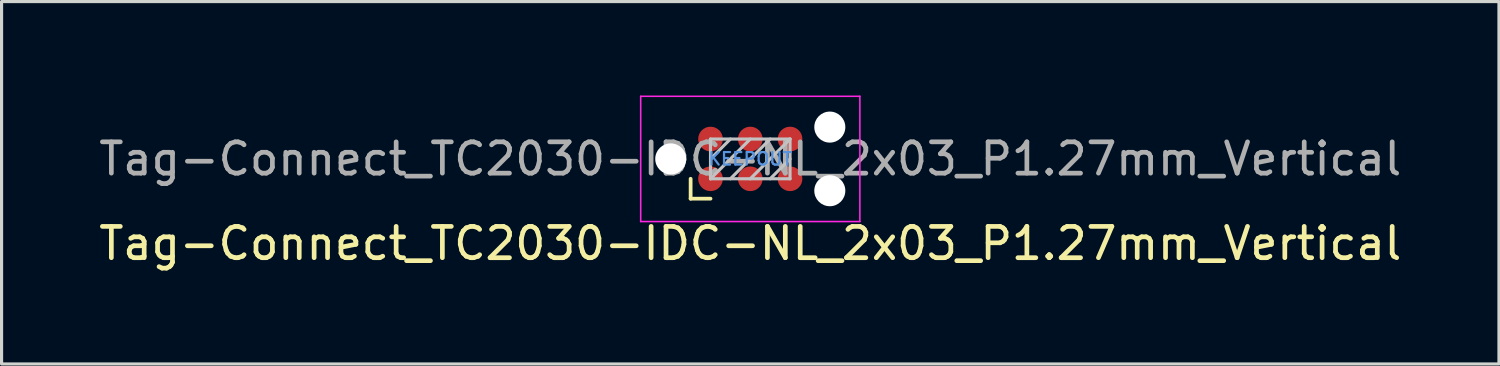
<source format=kicad_pcb>
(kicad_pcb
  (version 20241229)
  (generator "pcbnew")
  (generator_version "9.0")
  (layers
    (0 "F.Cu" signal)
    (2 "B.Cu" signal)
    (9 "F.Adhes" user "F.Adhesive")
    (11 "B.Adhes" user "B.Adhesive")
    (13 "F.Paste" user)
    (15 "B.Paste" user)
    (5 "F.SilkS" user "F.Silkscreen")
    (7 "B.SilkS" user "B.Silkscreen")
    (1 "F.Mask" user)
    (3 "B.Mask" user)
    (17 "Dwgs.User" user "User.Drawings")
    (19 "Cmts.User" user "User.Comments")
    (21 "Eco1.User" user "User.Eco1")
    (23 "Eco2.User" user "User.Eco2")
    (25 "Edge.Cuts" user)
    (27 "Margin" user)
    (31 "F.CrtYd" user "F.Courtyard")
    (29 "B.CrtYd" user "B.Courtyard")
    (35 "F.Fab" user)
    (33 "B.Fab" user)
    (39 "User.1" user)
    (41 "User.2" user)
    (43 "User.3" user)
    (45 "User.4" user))
  (footprint "Tag-Connect_TC2030-IDC-NL_2x03_P1.27mm_Vertical"
    (layer "F.Cu")
    (at 20.911 2.025)
    (property "Reference" "Tag-Connect_TC2030-IDC-NL_2x03_P1.27mm_Vertical" (at 0 2.7 0) (layer "F.SilkS") (effects (font (size 1 1) (thickness 0.15))))
    (attr exclude_from_pos_files exclude_from_bom)
    (fp_line (start -1.905 1.27) (end -1.905 0.635) (stroke (width 0.12) (type solid)) (layer "F.SilkS"))
    (fp_line (start -1.27 1.27) (end -1.905 1.27) (stroke (width 0.12) (type solid)) (layer "F.SilkS"))
    (fp_line (start -1.27 -0.635) (end 1.27 -0.635) (stroke (width 0.1) (type solid)) (layer "Dwgs.User"))
    (fp_line (start -1.27 0) (end -0.635 -0.635) (stroke (width 0.1) (type solid)) (layer "Dwgs.User"))
    (fp_line (start -1.27 0.635) (end -1.27 -0.635) (stroke (width 0.1) (type solid)) (layer "Dwgs.User"))
    (fp_line (start -1.27 0.635) (end 0 -0.635) (stroke (width 0.1) (type solid)) (layer "Dwgs.User"))
    (fp_line (start -0.635 0.635) (end 0.635 -0.635) (stroke (width 0.1) (type solid)) (layer "Dwgs.User"))
    (fp_line (start 0 0.635) (end 1.27 -0.635) (stroke (width 0.1) (type solid)) (layer "Dwgs.User"))
    (fp_line (start 0.635 0.635) (end 1.27 0) (stroke (width 0.1) (type solid)) (layer "Dwgs.User"))
    (fp_line (start 1.27 -0.635) (end 1.27 0.635) (stroke (width 0.1) (type solid)) (layer "Dwgs.User"))
    (fp_line (start 1.27 0.635) (end -1.27 0.635) (stroke (width 0.1) (type solid)) (layer "Dwgs.User"))
    (fp_line (start -3.5 -2) (end 3.5 -2) (stroke (width 0.05) (type solid)) (layer "F.CrtYd"))
    (fp_line (start -3.5 2) (end -3.5 -2) (stroke (width 0.05) (type solid)) (layer "F.CrtYd"))
    (fp_line (start 3.5 -2) (end 3.5 2) (stroke (width 0.05) (type solid)) (layer "F.CrtYd"))
    (fp_line (start 3.5 2) (end -3.5 2) (stroke (width 0.05) (type solid)) (layer "F.CrtYd"))
    (fp_text user "KEEPOUT" (at 0 0 0) (layer "Cmts.User") (effects (font (size 0.4 0.4) (thickness 0.07))))
    (fp_text user "${REFERENCE}" (at 0 0 0) (layer "F.Fab") (effects (font (size 1 1) (thickness 0.15))))
    (pad "" np_thru_hole circle (at -2.54 0) (size 0.991 0.991) (drill 0.991) (layers "*.Cu" "*.Mask"))
    (pad "" np_thru_hole circle (at 2.54 -1.016) (size 0.991 0.991) (drill 0.991) (layers "*.Cu" "*.Mask"))
    (pad "" np_thru_hole circle (at 2.54 1.016) (size 0.991 0.991) (drill 0.991) (layers "*.Cu" "*.Mask"))
    (pad "1" connect circle (at -1.27 0.635) (size 0.787 0.787) (layers "F.Cu" "F.Mask"))
    (pad "2" connect circle (at -1.27 -0.635) (size 0.787 0.787) (layers "F.Cu" "F.Mask"))
    (pad "3" connect circle (at 0 0.635) (size 0.787 0.787) (layers "F.Cu" "F.Mask"))
    (pad "4" connect circle (at 0 -0.635) (size 0.787 0.787) (layers "F.Cu" "F.Mask"))
    (pad "5" connect circle (at 1.27 0.635) (size 0.787 0.787) (layers "F.Cu" "F.Mask"))
    (pad "6" connect circle (at 1.27 -0.635) (size 0.787 0.787) (layers "F.Cu" "F.Mask")))
  (gr_rect
    (start -3 -3)
    (end 44.821 8.573)
    (stroke (width 0.1) (type default))
    (fill no)
    (layer "Edge.Cuts")))
</source>
